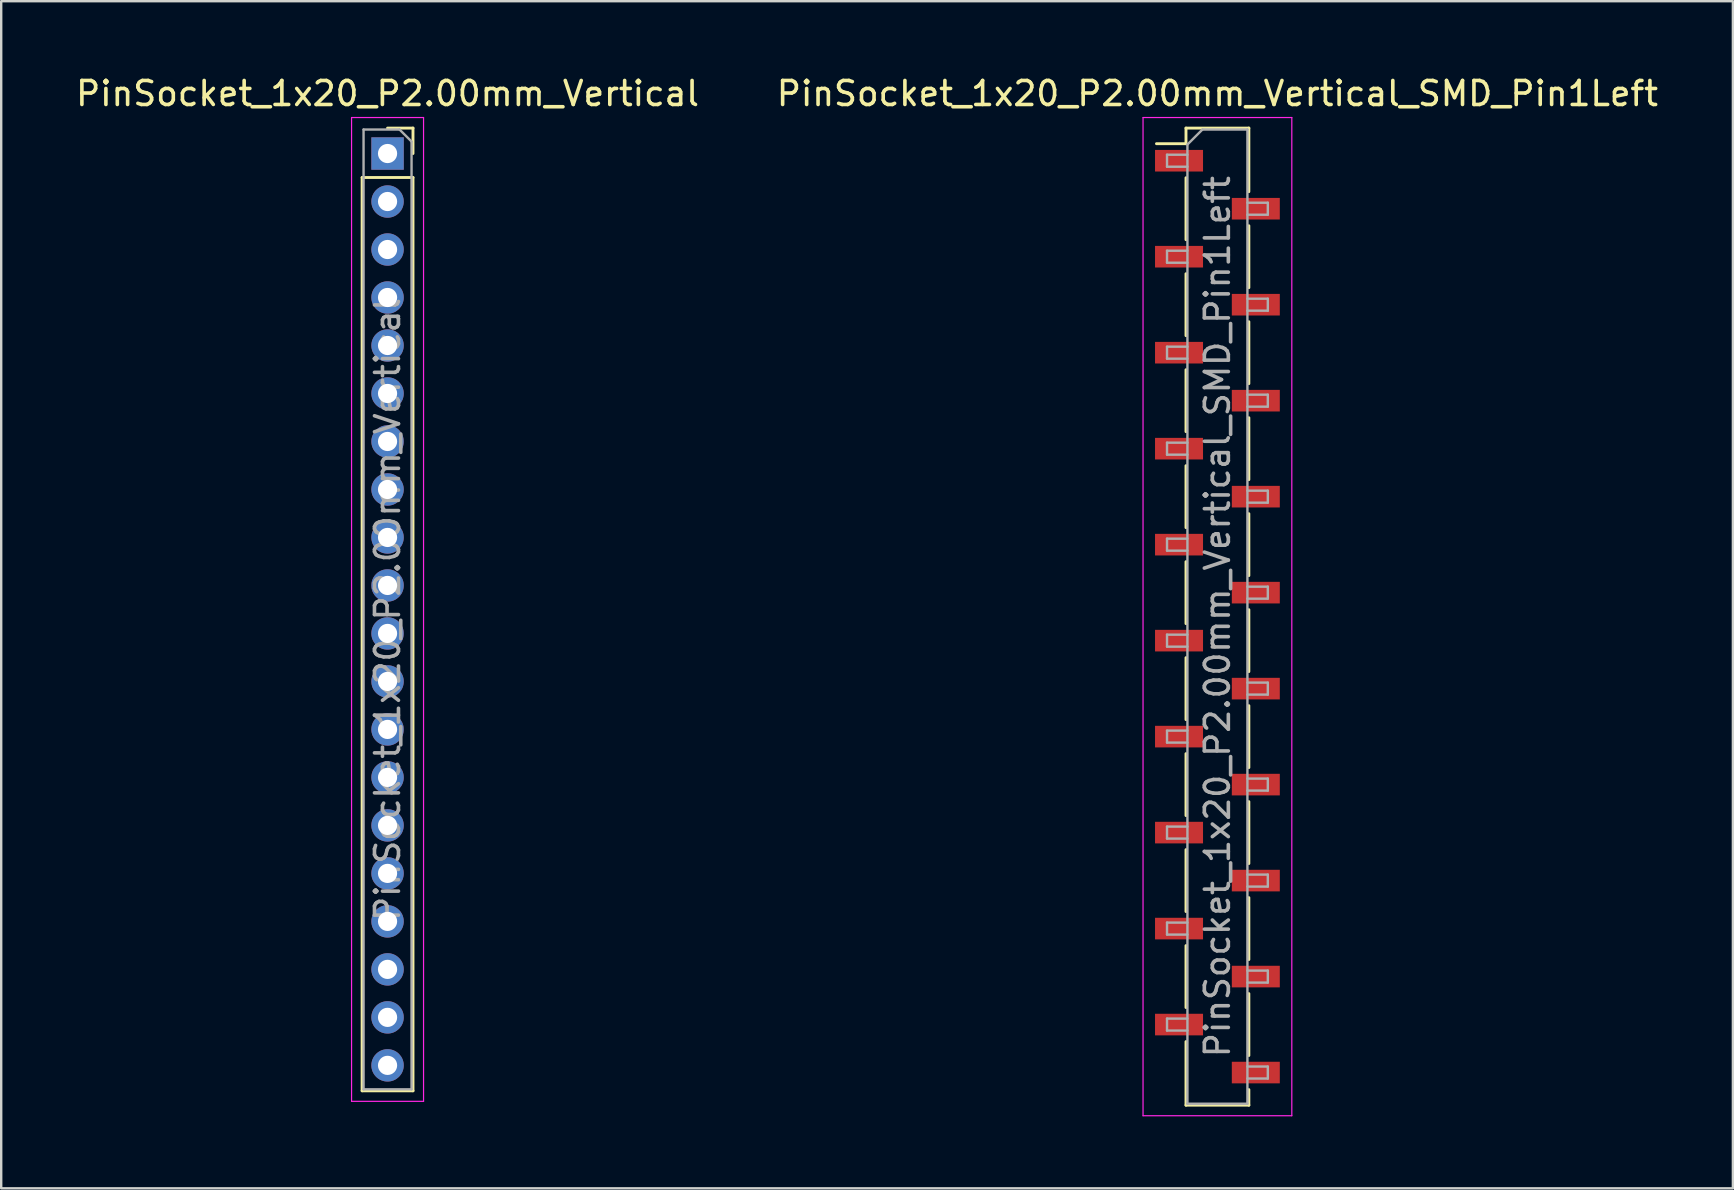
<source format=kicad_pcb>
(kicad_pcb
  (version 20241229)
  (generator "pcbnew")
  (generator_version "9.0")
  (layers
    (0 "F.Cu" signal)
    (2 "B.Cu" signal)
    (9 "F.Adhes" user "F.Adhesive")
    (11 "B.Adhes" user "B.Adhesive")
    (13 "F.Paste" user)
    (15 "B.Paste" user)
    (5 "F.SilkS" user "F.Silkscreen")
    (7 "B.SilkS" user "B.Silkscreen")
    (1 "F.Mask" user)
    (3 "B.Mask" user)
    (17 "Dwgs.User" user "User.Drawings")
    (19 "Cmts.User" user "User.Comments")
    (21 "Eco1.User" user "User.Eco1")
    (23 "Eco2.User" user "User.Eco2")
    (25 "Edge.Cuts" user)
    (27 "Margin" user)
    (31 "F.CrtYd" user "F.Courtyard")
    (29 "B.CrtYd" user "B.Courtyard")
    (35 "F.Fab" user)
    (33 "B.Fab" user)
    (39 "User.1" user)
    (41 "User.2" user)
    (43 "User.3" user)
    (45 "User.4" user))
  (footprint "PinSocket_1x20_P2.00mm_Vertical_SMD_Pin1Left"
    (layer "F.Cu")
    (at 47.685 22.648)
    (property "Reference" "PinSocket_1x20_P2.00mm_Vertical_SMD_Pin1Left" (at 0 -21.8 0) (layer "F.SilkS") (effects (font (size 1 1) (thickness 0.15))))
    (attr smd)
    (fp_line (start -2.54 -19.71) (end -1.31 -19.71) (stroke (width 0.12) (type solid)) (layer "F.SilkS"))
    (fp_line (start -1.31 -20.36) (end -1.31 -19.71) (stroke (width 0.12) (type solid)) (layer "F.SilkS"))
    (fp_line (start -1.31 -20.36) (end 1.31 -20.36) (stroke (width 0.12) (type solid)) (layer "F.SilkS"))
    (fp_line (start -1.31 -18.29) (end -1.31 -15.71) (stroke (width 0.12) (type solid)) (layer "F.SilkS"))
    (fp_line (start -1.31 -14.29) (end -1.31 -11.71) (stroke (width 0.12) (type solid)) (layer "F.SilkS"))
    (fp_line (start -1.31 -10.29) (end -1.31 -7.71) (stroke (width 0.12) (type solid)) (layer "F.SilkS"))
    (fp_line (start -1.31 -6.29) (end -1.31 -3.71) (stroke (width 0.12) (type solid)) (layer "F.SilkS"))
    (fp_line (start -1.31 -2.29) (end -1.31 0.29) (stroke (width 0.12) (type solid)) (layer "F.SilkS"))
    (fp_line (start -1.31 1.71) (end -1.31 4.29) (stroke (width 0.12) (type solid)) (layer "F.SilkS"))
    (fp_line (start -1.31 5.71) (end -1.31 8.29) (stroke (width 0.12) (type solid)) (layer "F.SilkS"))
    (fp_line (start -1.31 9.71) (end -1.31 12.29) (stroke (width 0.12) (type solid)) (layer "F.SilkS"))
    (fp_line (start -1.31 13.71) (end -1.31 16.29) (stroke (width 0.12) (type solid)) (layer "F.SilkS"))
    (fp_line (start -1.31 17.71) (end -1.31 20.36) (stroke (width 0.12) (type solid)) (layer "F.SilkS"))
    (fp_line (start -1.31 20.36) (end 1.31 20.36) (stroke (width 0.12) (type solid)) (layer "F.SilkS"))
    (fp_line (start 1.31 -20.36) (end 1.31 -17.71) (stroke (width 0.12) (type solid)) (layer "F.SilkS"))
    (fp_line (start 1.31 -16.29) (end 1.31 -13.71) (stroke (width 0.12) (type solid)) (layer "F.SilkS"))
    (fp_line (start 1.31 -12.29) (end 1.31 -9.71) (stroke (width 0.12) (type solid)) (layer "F.SilkS"))
    (fp_line (start 1.31 -8.29) (end 1.31 -5.71) (stroke (width 0.12) (type solid)) (layer "F.SilkS"))
    (fp_line (start 1.31 -4.29) (end 1.31 -1.71) (stroke (width 0.12) (type solid)) (layer "F.SilkS"))
    (fp_line (start 1.31 -0.29) (end 1.31 2.29) (stroke (width 0.12) (type solid)) (layer "F.SilkS"))
    (fp_line (start 1.31 3.71) (end 1.31 6.29) (stroke (width 0.12) (type solid)) (layer "F.SilkS"))
    (fp_line (start 1.31 7.71) (end 1.31 10.29) (stroke (width 0.12) (type solid)) (layer "F.SilkS"))
    (fp_line (start 1.31 11.71) (end 1.31 14.29) (stroke (width 0.12) (type solid)) (layer "F.SilkS"))
    (fp_line (start 1.31 15.71) (end 1.31 18.29) (stroke (width 0.12) (type solid)) (layer "F.SilkS"))
    (fp_line (start 1.31 19.71) (end 1.31 20.36) (stroke (width 0.12) (type solid)) (layer "F.SilkS"))
    (fp_line (start -3.1 -20.8) (end 3.1 -20.8) (stroke (width 0.05) (type solid)) (layer "F.CrtYd"))
    (fp_line (start -3.1 20.8) (end -3.1 -20.8) (stroke (width 0.05) (type solid)) (layer "F.CrtYd"))
    (fp_line (start 3.1 -20.8) (end 3.1 20.8) (stroke (width 0.05) (type solid)) (layer "F.CrtYd"))
    (fp_line (start 3.1 20.8) (end -3.1 20.8) (stroke (width 0.05) (type solid)) (layer "F.CrtYd"))
    (fp_line (start -2.1 -19.25) (end -1.25 -19.25) (stroke (width 0.1) (type solid)) (layer "F.Fab"))
    (fp_line (start -2.1 -18.75) (end -2.1 -19.25) (stroke (width 0.1) (type solid)) (layer "F.Fab"))
    (fp_line (start -2.1 -15.25) (end -1.25 -15.25) (stroke (width 0.1) (type solid)) (layer "F.Fab"))
    (fp_line (start -2.1 -14.75) (end -2.1 -15.25) (stroke (width 0.1) (type solid)) (layer "F.Fab"))
    (fp_line (start -2.1 -11.25) (end -1.25 -11.25) (stroke (width 0.1) (type solid)) (layer "F.Fab"))
    (fp_line (start -2.1 -10.75) (end -2.1 -11.25) (stroke (width 0.1) (type solid)) (layer "F.Fab"))
    (fp_line (start -2.1 -7.25) (end -1.25 -7.25) (stroke (width 0.1) (type solid)) (layer "F.Fab"))
    (fp_line (start -2.1 -6.75) (end -2.1 -7.25) (stroke (width 0.1) (type solid)) (layer "F.Fab"))
    (fp_line (start -2.1 -3.25) (end -1.25 -3.25) (stroke (width 0.1) (type solid)) (layer "F.Fab"))
    (fp_line (start -2.1 -2.75) (end -2.1 -3.25) (stroke (width 0.1) (type solid)) (layer "F.Fab"))
    (fp_line (start -2.1 0.75) (end -1.25 0.75) (stroke (width 0.1) (type solid)) (layer "F.Fab"))
    (fp_line (start -2.1 1.25) (end -2.1 0.75) (stroke (width 0.1) (type solid)) (layer "F.Fab"))
    (fp_line (start -2.1 4.75) (end -1.25 4.75) (stroke (width 0.1) (type solid)) (layer "F.Fab"))
    (fp_line (start -2.1 5.25) (end -2.1 4.75) (stroke (width 0.1) (type solid)) (layer "F.Fab"))
    (fp_line (start -2.1 8.75) (end -1.25 8.75) (stroke (width 0.1) (type solid)) (layer "F.Fab"))
    (fp_line (start -2.1 9.25) (end -2.1 8.75) (stroke (width 0.1) (type solid)) (layer "F.Fab"))
    (fp_line (start -2.1 12.75) (end -1.25 12.75) (stroke (width 0.1) (type solid)) (layer "F.Fab"))
    (fp_line (start -2.1 13.25) (end -2.1 12.75) (stroke (width 0.1) (type solid)) (layer "F.Fab"))
    (fp_line (start -2.1 16.75) (end -1.25 16.75) (stroke (width 0.1) (type solid)) (layer "F.Fab"))
    (fp_line (start -2.1 17.25) (end -2.1 16.75) (stroke (width 0.1) (type solid)) (layer "F.Fab"))
    (fp_line (start -1.25 -19.675) (end -0.625 -20.3) (stroke (width 0.1) (type solid)) (layer "F.Fab"))
    (fp_line (start -1.25 -18.75) (end -2.1 -18.75) (stroke (width 0.1) (type solid)) (layer "F.Fab"))
    (fp_line (start -1.25 -14.75) (end -2.1 -14.75) (stroke (width 0.1) (type solid)) (layer "F.Fab"))
    (fp_line (start -1.25 -10.75) (end -2.1 -10.75) (stroke (width 0.1) (type solid)) (layer "F.Fab"))
    (fp_line (start -1.25 -6.75) (end -2.1 -6.75) (stroke (width 0.1) (type solid)) (layer "F.Fab"))
    (fp_line (start -1.25 -2.75) (end -2.1 -2.75) (stroke (width 0.1) (type solid)) (layer "F.Fab"))
    (fp_line (start -1.25 1.25) (end -2.1 1.25) (stroke (width 0.1) (type solid)) (layer "F.Fab"))
    (fp_line (start -1.25 5.25) (end -2.1 5.25) (stroke (width 0.1) (type solid)) (layer "F.Fab"))
    (fp_line (start -1.25 9.25) (end -2.1 9.25) (stroke (width 0.1) (type solid)) (layer "F.Fab"))
    (fp_line (start -1.25 13.25) (end -2.1 13.25) (stroke (width 0.1) (type solid)) (layer "F.Fab"))
    (fp_line (start -1.25 17.25) (end -2.1 17.25) (stroke (width 0.1) (type solid)) (layer "F.Fab"))
    (fp_line (start -1.25 20.3) (end -1.25 -19.675) (stroke (width 0.1) (type solid)) (layer "F.Fab"))
    (fp_line (start -0.625 -20.3) (end 1.25 -20.3) (stroke (width 0.1) (type solid)) (layer "F.Fab"))
    (fp_line (start 1.25 -20.3) (end 1.25 20.3) (stroke (width 0.1) (type solid)) (layer "F.Fab"))
    (fp_line (start 1.25 -17.25) (end 2.1 -17.25) (stroke (width 0.1) (type solid)) (layer "F.Fab"))
    (fp_line (start 1.25 -13.25) (end 2.1 -13.25) (stroke (width 0.1) (type solid)) (layer "F.Fab"))
    (fp_line (start 1.25 -9.25) (end 2.1 -9.25) (stroke (width 0.1) (type solid)) (layer "F.Fab"))
    (fp_line (start 1.25 -5.25) (end 2.1 -5.25) (stroke (width 0.1) (type solid)) (layer "F.Fab"))
    (fp_line (start 1.25 -1.25) (end 2.1 -1.25) (stroke (width 0.1) (type solid)) (layer "F.Fab"))
    (fp_line (start 1.25 2.75) (end 2.1 2.75) (stroke (width 0.1) (type solid)) (layer "F.Fab"))
    (fp_line (start 1.25 6.75) (end 2.1 6.75) (stroke (width 0.1) (type solid)) (layer "F.Fab"))
    (fp_line (start 1.25 10.75) (end 2.1 10.75) (stroke (width 0.1) (type solid)) (layer "F.Fab"))
    (fp_line (start 1.25 14.75) (end 2.1 14.75) (stroke (width 0.1) (type solid)) (layer "F.Fab"))
    (fp_line (start 1.25 18.75) (end 2.1 18.75) (stroke (width 0.1) (type solid)) (layer "F.Fab"))
    (fp_line (start 1.25 20.3) (end -1.25 20.3) (stroke (width 0.1) (type solid)) (layer "F.Fab"))
    (fp_line (start 2.1 -17.25) (end 2.1 -16.75) (stroke (width 0.1) (type solid)) (layer "F.Fab"))
    (fp_line (start 2.1 -16.75) (end 1.25 -16.75) (stroke (width 0.1) (type solid)) (layer "F.Fab"))
    (fp_line (start 2.1 -13.25) (end 2.1 -12.75) (stroke (width 0.1) (type solid)) (layer "F.Fab"))
    (fp_line (start 2.1 -12.75) (end 1.25 -12.75) (stroke (width 0.1) (type solid)) (layer "F.Fab"))
    (fp_line (start 2.1 -9.25) (end 2.1 -8.75) (stroke (width 0.1) (type solid)) (layer "F.Fab"))
    (fp_line (start 2.1 -8.75) (end 1.25 -8.75) (stroke (width 0.1) (type solid)) (layer "F.Fab"))
    (fp_line (start 2.1 -5.25) (end 2.1 -4.75) (stroke (width 0.1) (type solid)) (layer "F.Fab"))
    (fp_line (start 2.1 -4.75) (end 1.25 -4.75) (stroke (width 0.1) (type solid)) (layer "F.Fab"))
    (fp_line (start 2.1 -1.25) (end 2.1 -0.75) (stroke (width 0.1) (type solid)) (layer "F.Fab"))
    (fp_line (start 2.1 -0.75) (end 1.25 -0.75) (stroke (width 0.1) (type solid)) (layer "F.Fab"))
    (fp_line (start 2.1 2.75) (end 2.1 3.25) (stroke (width 0.1) (type solid)) (layer "F.Fab"))
    (fp_line (start 2.1 3.25) (end 1.25 3.25) (stroke (width 0.1) (type solid)) (layer "F.Fab"))
    (fp_line (start 2.1 6.75) (end 2.1 7.25) (stroke (width 0.1) (type solid)) (layer "F.Fab"))
    (fp_line (start 2.1 7.25) (end 1.25 7.25) (stroke (width 0.1) (type solid)) (layer "F.Fab"))
    (fp_line (start 2.1 10.75) (end 2.1 11.25) (stroke (width 0.1) (type solid)) (layer "F.Fab"))
    (fp_line (start 2.1 11.25) (end 1.25 11.25) (stroke (width 0.1) (type solid)) (layer "F.Fab"))
    (fp_line (start 2.1 14.75) (end 2.1 15.25) (stroke (width 0.1) (type solid)) (layer "F.Fab"))
    (fp_line (start 2.1 15.25) (end 1.25 15.25) (stroke (width 0.1) (type solid)) (layer "F.Fab"))
    (fp_line (start 2.1 18.75) (end 2.1 19.25) (stroke (width 0.1) (type solid)) (layer "F.Fab"))
    (fp_line (start 2.1 19.25) (end 1.25 19.25) (stroke (width 0.1) (type solid)) (layer "F.Fab"))
    (fp_text user "${REFERENCE}" (at 0 0 90) (layer "F.Fab") (effects (font (size 1 1) (thickness 0.15))))
    (pad "1" smd rect (at -1.6 -19) (size 2 0.9) (layers "F.Cu" "F.Mask" "F.Paste"))
    (pad "2" smd rect (at 1.6 -17) (size 2 0.9) (layers "F.Cu" "F.Mask" "F.Paste"))
    (pad "3" smd rect (at -1.6 -15) (size 2 0.9) (layers "F.Cu" "F.Mask" "F.Paste"))
    (pad "4" smd rect (at 1.6 -13) (size 2 0.9) (layers "F.Cu" "F.Mask" "F.Paste"))
    (pad "5" smd rect (at -1.6 -11) (size 2 0.9) (layers "F.Cu" "F.Mask" "F.Paste"))
    (pad "6" smd rect (at 1.6 -9) (size 2 0.9) (layers "F.Cu" "F.Mask" "F.Paste"))
    (pad "7" smd rect (at -1.6 -7) (size 2 0.9) (layers "F.Cu" "F.Mask" "F.Paste"))
    (pad "8" smd rect (at 1.6 -5) (size 2 0.9) (layers "F.Cu" "F.Mask" "F.Paste"))
    (pad "9" smd rect (at -1.6 -3) (size 2 0.9) (layers "F.Cu" "F.Mask" "F.Paste"))
    (pad "10" smd rect (at 1.6 -1) (size 2 0.9) (layers "F.Cu" "F.Mask" "F.Paste"))
    (pad "11" smd rect (at -1.6 1) (size 2 0.9) (layers "F.Cu" "F.Mask" "F.Paste"))
    (pad "12" smd rect (at 1.6 3) (size 2 0.9) (layers "F.Cu" "F.Mask" "F.Paste"))
    (pad "13" smd rect (at -1.6 5) (size 2 0.9) (layers "F.Cu" "F.Mask" "F.Paste"))
    (pad "14" smd rect (at 1.6 7) (size 2 0.9) (layers "F.Cu" "F.Mask" "F.Paste"))
    (pad "15" smd rect (at -1.6 9) (size 2 0.9) (layers "F.Cu" "F.Mask" "F.Paste"))
    (pad "16" smd rect (at 1.6 11) (size 2 0.9) (layers "F.Cu" "F.Mask" "F.Paste"))
    (pad "17" smd rect (at -1.6 13) (size 2 0.9) (layers "F.Cu" "F.Mask" "F.Paste"))
    (pad "18" smd rect (at 1.6 15) (size 2 0.9) (layers "F.Cu" "F.Mask" "F.Paste"))
    (pad "19" smd rect (at -1.6 17) (size 2 0.9) (layers "F.Cu" "F.Mask" "F.Paste"))
    (pad "20" smd rect (at 1.6 19) (size 2 0.9) (layers "F.Cu" "F.Mask" "F.Paste")))
  (footprint "PinSocket_1x20_P2.00mm_Vertical"
    (layer "F.Cu")
    (at 13.101 3.348)
    (property "Reference" "PinSocket_1x20_P2.00mm_Vertical" (at 0 -2.5 0) (layer "F.SilkS") (effects (font (size 1 1) (thickness 0.15))))
    (attr through_hole)
    (fp_line (start -1.06 1) (end -1.06 39.06) (stroke (width 0.12) (type solid)) (layer "F.SilkS"))
    (fp_line (start -1.06 1) (end 1.06 1) (stroke (width 0.12) (type solid)) (layer "F.SilkS"))
    (fp_line (start -1.06 39.06) (end 1.06 39.06) (stroke (width 0.12) (type solid)) (layer "F.SilkS"))
    (fp_line (start 0 -1.06) (end 1.06 -1.06) (stroke (width 0.12) (type solid)) (layer "F.SilkS"))
    (fp_line (start 1.06 -1.06) (end 1.06 0) (stroke (width 0.12) (type solid)) (layer "F.SilkS"))
    (fp_line (start 1.06 1) (end 1.06 39.06) (stroke (width 0.12) (type solid)) (layer "F.SilkS"))
    (fp_line (start -1.5 -1.5) (end 1.5 -1.5) (stroke (width 0.05) (type solid)) (layer "F.CrtYd"))
    (fp_line (start -1.5 39.5) (end -1.5 -1.5) (stroke (width 0.05) (type solid)) (layer "F.CrtYd"))
    (fp_line (start 1.5 -1.5) (end 1.5 39.5) (stroke (width 0.05) (type solid)) (layer "F.CrtYd"))
    (fp_line (start 1.5 39.5) (end -1.5 39.5) (stroke (width 0.05) (type solid)) (layer "F.CrtYd"))
    (fp_line (start -1 -1) (end 0.5 -1) (stroke (width 0.1) (type solid)) (layer "F.Fab"))
    (fp_line (start -1 39) (end -1 -1) (stroke (width 0.1) (type solid)) (layer "F.Fab"))
    (fp_line (start 0.5 -1) (end 1 -0.5) (stroke (width 0.1) (type solid)) (layer "F.Fab"))
    (fp_line (start 1 -0.5) (end 1 39) (stroke (width 0.1) (type solid)) (layer "F.Fab"))
    (fp_line (start 1 39) (end -1 39) (stroke (width 0.1) (type solid)) (layer "F.Fab"))
    (fp_text user "${REFERENCE}" (at 0 19 90) (layer "F.Fab") (effects (font (size 1 1) (thickness 0.15))))
    (pad "1" thru_hole rect (at 0 0) (size 1.35 1.35) (drill 0.8) (layers "*.Cu" "*.Mask"))
    (pad "2" thru_hole oval (at 0 2) (size 1.35 1.35) (drill 0.8) (layers "*.Cu" "*.Mask"))
    (pad "3" thru_hole oval (at 0 4) (size 1.35 1.35) (drill 0.8) (layers "*.Cu" "*.Mask"))
    (pad "4" thru_hole oval (at 0 6) (size 1.35 1.35) (drill 0.8) (layers "*.Cu" "*.Mask"))
    (pad "5" thru_hole oval (at 0 8) (size 1.35 1.35) (drill 0.8) (layers "*.Cu" "*.Mask"))
    (pad "6" thru_hole oval (at 0 10) (size 1.35 1.35) (drill 0.8) (layers "*.Cu" "*.Mask"))
    (pad "7" thru_hole oval (at 0 12) (size 1.35 1.35) (drill 0.8) (layers "*.Cu" "*.Mask"))
    (pad "8" thru_hole oval (at 0 14) (size 1.35 1.35) (drill 0.8) (layers "*.Cu" "*.Mask"))
    (pad "9" thru_hole oval (at 0 16) (size 1.35 1.35) (drill 0.8) (layers "*.Cu" "*.Mask"))
    (pad "10" thru_hole oval (at 0 18) (size 1.35 1.35) (drill 0.8) (layers "*.Cu" "*.Mask"))
    (pad "11" thru_hole oval (at 0 20) (size 1.35 1.35) (drill 0.8) (layers "*.Cu" "*.Mask"))
    (pad "12" thru_hole oval (at 0 22) (size 1.35 1.35) (drill 0.8) (layers "*.Cu" "*.Mask"))
    (pad "13" thru_hole oval (at 0 24) (size 1.35 1.35) (drill 0.8) (layers "*.Cu" "*.Mask"))
    (pad "14" thru_hole oval (at 0 26) (size 1.35 1.35) (drill 0.8) (layers "*.Cu" "*.Mask"))
    (pad "15" thru_hole oval (at 0 28) (size 1.35 1.35) (drill 0.8) (layers "*.Cu" "*.Mask"))
    (pad "16" thru_hole oval (at 0 30) (size 1.35 1.35) (drill 0.8) (layers "*.Cu" "*.Mask"))
    (pad "17" thru_hole oval (at 0 32) (size 1.35 1.35) (drill 0.8) (layers "*.Cu" "*.Mask"))
    (pad "18" thru_hole oval (at 0 34) (size 1.35 1.35) (drill 0.8) (layers "*.Cu" "*.Mask"))
    (pad "19" thru_hole oval (at 0 36) (size 1.35 1.35) (drill 0.8) (layers "*.Cu" "*.Mask"))
    (pad "20" thru_hole oval (at 0 38) (size 1.35 1.35) (drill 0.8) (layers "*.Cu" "*.Mask")))
  (gr_rect
    (start -3 -3)
    (end 69.167 46.473)
    (stroke (width 0.1) (type default))
    (fill no)
    (layer "Edge.Cuts")))
</source>
